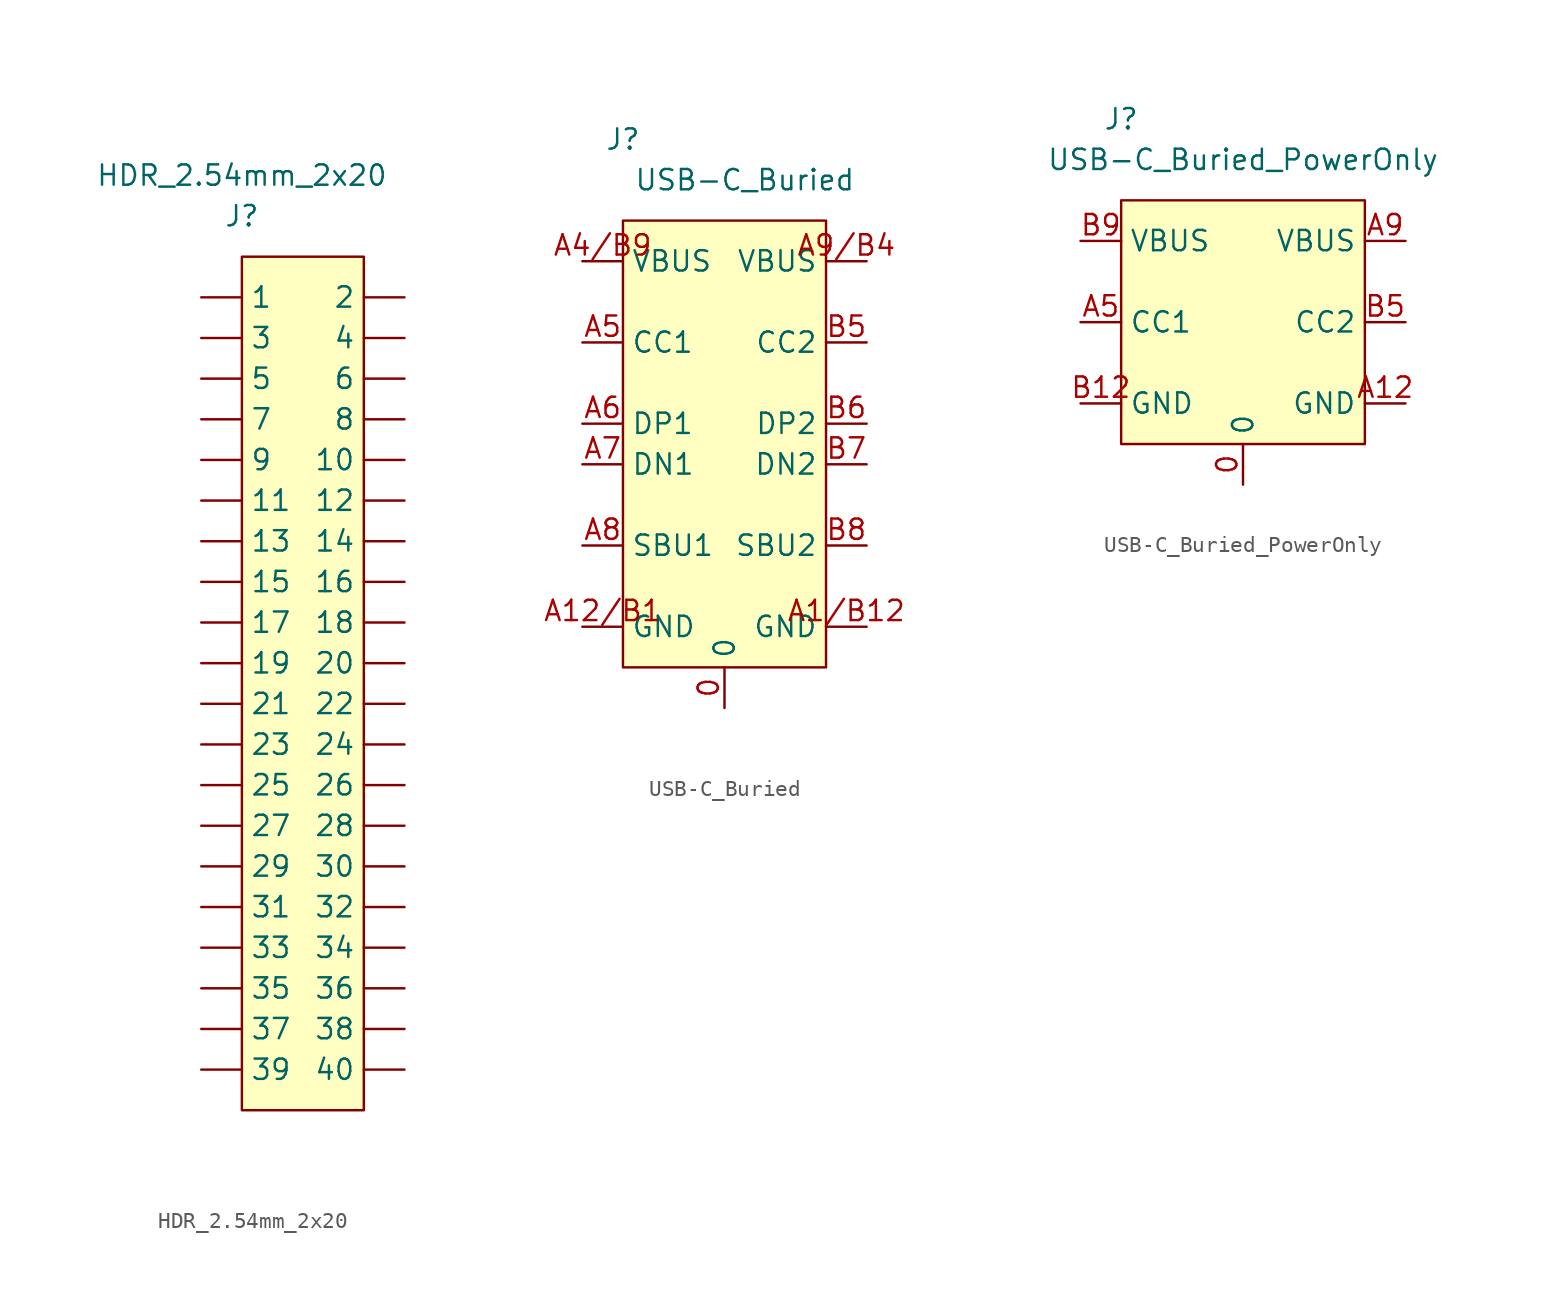
<source format=kicad_sym>
(kicad_symbol_lib
  (version 20211014)
  (generator kicad_symbol_editor)
  (symbol "HDR_2.54mm_2x20"
    (pin_numbers hide)
    (property "Reference" "J"
      (at 0 2.54 0)
      (effects (font (size 1.27 1.27))))
    (property "Value" "HDR_2.54mm_2x20"
      (at 0 5.08 0)
      (effects (font (size 1.27 1.27))))
    (symbol "HDR_2.54mm_2x20_0_1"
      (rectangle (start 0 0) (end 7.62 -53.34) (stroke (width 0) (type default) (color 0 0 0 0)) (fill (type background))))
    (symbol "HDR_2.54mm_2x20_1_1"
      (pin bidirectional line (at -2.54 -2.54 0) (length 2.54) (name "1" (effects (font (size 1.27 1.27)))) (number "1" (effects (font (size 1.27 1.27)))))
      (pin bidirectional line (at 10.16 -12.7 180) (length 2.54) (name "10" (effects (font (size 1.27 1.27)))) (number "10" (effects (font (size 1.27 1.27)))))
      (pin bidirectional line (at -2.54 -15.24 0) (length 2.54) (name "11" (effects (font (size 1.27 1.27)))) (number "11" (effects (font (size 1.27 1.27)))))
      (pin bidirectional line (at 10.16 -15.24 180) (length 2.54) (name "12" (effects (font (size 1.27 1.27)))) (number "12" (effects (font (size 1.27 1.27)))))
      (pin bidirectional line (at -2.54 -17.78 0) (length 2.54) (name "13" (effects (font (size 1.27 1.27)))) (number "13" (effects (font (size 1.27 1.27)))))
      (pin bidirectional line (at 10.16 -17.78 180) (length 2.54) (name "14" (effects (font (size 1.27 1.27)))) (number "14" (effects (font (size 1.27 1.27)))))
      (pin bidirectional line (at -2.54 -20.32 0) (length 2.54) (name "15" (effects (font (size 1.27 1.27)))) (number "15" (effects (font (size 1.27 1.27)))))
      (pin bidirectional line (at 10.16 -20.32 180) (length 2.54) (name "16" (effects (font (size 1.27 1.27)))) (number "16" (effects (font (size 1.27 1.27)))))
      (pin bidirectional line (at -2.54 -22.86 0) (length 2.54) (name "17" (effects (font (size 1.27 1.27)))) (number "17" (effects (font (size 1.27 1.27)))))
      (pin bidirectional line (at 10.16 -22.86 180) (length 2.54) (name "18" (effects (font (size 1.27 1.27)))) (number "18" (effects (font (size 1.27 1.27)))))
      (pin bidirectional line (at -2.54 -25.4 0) (length 2.54) (name "19" (effects (font (size 1.27 1.27)))) (number "19" (effects (font (size 1.27 1.27)))))
      (pin bidirectional line (at 10.16 -2.54 180) (length 2.54) (name "2" (effects (font (size 1.27 1.27)))) (number "2" (effects (font (size 1.27 1.27)))))
      (pin bidirectional line (at 10.16 -25.4 180) (length 2.54) (name "20" (effects (font (size 1.27 1.27)))) (number "20" (effects (font (size 1.27 1.27)))))
      (pin bidirectional line (at -2.54 -27.94 0) (length 2.54) (name "21" (effects (font (size 1.27 1.27)))) (number "21" (effects (font (size 1.27 1.27)))))
      (pin bidirectional line (at 10.16 -27.94 180) (length 2.54) (name "22" (effects (font (size 1.27 1.27)))) (number "22" (effects (font (size 1.27 1.27)))))
      (pin bidirectional line (at -2.54 -30.48 0) (length 2.54) (name "23" (effects (font (size 1.27 1.27)))) (number "23" (effects (font (size 1.27 1.27)))))
      (pin bidirectional line (at 10.16 -30.48 180) (length 2.54) (name "24" (effects (font (size 1.27 1.27)))) (number "24" (effects (font (size 1.27 1.27)))))
      (pin bidirectional line (at -2.54 -33.02 0) (length 2.54) (name "25" (effects (font (size 1.27 1.27)))) (number "25" (effects (font (size 1.27 1.27)))))
      (pin bidirectional line (at 10.16 -33.02 180) (length 2.54) (name "26" (effects (font (size 1.27 1.27)))) (number "26" (effects (font (size 1.27 1.27)))))
      (pin bidirectional line (at -2.54 -35.56 0) (length 2.54) (name "27" (effects (font (size 1.27 1.27)))) (number "27" (effects (font (size 1.27 1.27)))))
      (pin bidirectional line (at 10.16 -35.56 180) (length 2.54) (name "28" (effects (font (size 1.27 1.27)))) (number "28" (effects (font (size 1.27 1.27)))))
      (pin bidirectional line (at -2.54 -38.1 0) (length 2.54) (name "29" (effects (font (size 1.27 1.27)))) (number "29" (effects (font (size 1.27 1.27)))))
      (pin bidirectional line (at -2.54 -5.08 0) (length 2.54) (name "3" (effects (font (size 1.27 1.27)))) (number "3" (effects (font (size 1.27 1.27)))))
      (pin bidirectional line (at 10.16 -38.1 180) (length 2.54) (name "30" (effects (font (size 1.27 1.27)))) (number "30" (effects (font (size 1.27 1.27)))))
      (pin bidirectional line (at -2.54 -40.64 0) (length 2.54) (name "31" (effects (font (size 1.27 1.27)))) (number "31" (effects (font (size 1.27 1.27)))))
      (pin bidirectional line (at 10.16 -40.64 180) (length 2.54) (name "32" (effects (font (size 1.27 1.27)))) (number "32" (effects (font (size 1.27 1.27)))))
      (pin bidirectional line (at -2.54 -43.18 0) (length 2.54) (name "33" (effects (font (size 1.27 1.27)))) (number "33" (effects (font (size 1.27 1.27)))))
      (pin bidirectional line (at 10.16 -43.18 180) (length 2.54) (name "34" (effects (font (size 1.27 1.27)))) (number "34" (effects (font (size 1.27 1.27)))))
      (pin bidirectional line (at -2.54 -45.72 0) (length 2.54) (name "35" (effects (font (size 1.27 1.27)))) (number "35" (effects (font (size 1.27 1.27)))))
      (pin bidirectional line (at 10.16 -45.72 180) (length 2.54) (name "36" (effects (font (size 1.27 1.27)))) (number "36" (effects (font (size 1.27 1.27)))))
      (pin bidirectional line (at -2.54 -48.26 0) (length 2.54) (name "37" (effects (font (size 1.27 1.27)))) (number "37" (effects (font (size 1.27 1.27)))))
      (pin bidirectional line (at 10.16 -48.26 180) (length 2.54) (name "38" (effects (font (size 1.27 1.27)))) (number "38" (effects (font (size 1.27 1.27)))))
      (pin bidirectional line (at -2.54 -50.8 0) (length 2.54) (name "39" (effects (font (size 1.27 1.27)))) (number "39" (effects (font (size 1.27 1.27)))))
      (pin bidirectional line (at 10.16 -5.08 180) (length 2.54) (name "4" (effects (font (size 1.27 1.27)))) (number "4" (effects (font (size 1.27 1.27)))))
      (pin bidirectional line (at 10.16 -50.8 180) (length 2.54) (name "40" (effects (font (size 1.27 1.27)))) (number "40" (effects (font (size 1.27 1.27)))))
      (pin bidirectional line (at -2.54 -7.62 0) (length 2.54) (name "5" (effects (font (size 1.27 1.27)))) (number "5" (effects (font (size 1.27 1.27)))))
      (pin bidirectional line (at 10.16 -7.62 180) (length 2.54) (name "6" (effects (font (size 1.27 1.27)))) (number "6" (effects (font (size 1.27 1.27)))))
      (pin bidirectional line (at -2.54 -10.16 0) (length 2.54) (name "7" (effects (font (size 1.27 1.27)))) (number "7" (effects (font (size 1.27 1.27)))))
      (pin bidirectional line (at 10.16 -10.16 180) (length 2.54) (name "8" (effects (font (size 1.27 1.27)))) (number "8" (effects (font (size 1.27 1.27)))))
      (pin bidirectional line (at -2.54 -12.7 0) (length 2.54) (name "9" (effects (font (size 1.27 1.27)))) (number "9" (effects (font (size 1.27 1.27)))))))
  (symbol "USB-C_Buried"
    (property "Reference" "J"
      (at 0 5.08 0)
      (effects (font (size 1.27 1.27))))
    (property "Value" "USB-C_Buried"
      (at 7.62 2.54 0)
      (effects (font (size 1.27 1.27))))
    (symbol "USB-C_Buried_0_1"
      (rectangle (start 0 0) (end 12.7 -27.94) (stroke (width 0) (type default) (color 0 0 0 0)) (fill (type background))))
    (symbol "USB-C_Buried_1_1"
      (pin power_in line (at 6.35 -30.48 90) (length 2.54) (name "0" (effects (font (size 1.27 1.27)))) (number "0" (effects (font (size 1.27 1.27)))))
      (pin power_out line (at 15.24 -25.4 180) (length 2.54) (name "GND" (effects (font (size 1.27 1.27)))) (number "A1/B12" (effects (font (size 1.27 1.27)))))
      (pin power_out line (at -2.54 -25.4 0) (length 2.54) (name "GND" (effects (font (size 1.27 1.27)))) (number "A12/B1" (effects (font (size 1.27 1.27)))))
      (pin power_out line (at -2.54 -2.54 0) (length 2.54) (name "VBUS" (effects (font (size 1.27 1.27)))) (number "A4/B9" (effects (font (size 1.27 1.27)))))
      (pin bidirectional line (at -2.54 -7.62 0) (length 2.54) (name "CC1" (effects (font (size 1.27 1.27)))) (number "A5" (effects (font (size 1.27 1.27)))))
      (pin bidirectional line (at -2.54 -12.7 0) (length 2.54) (name "DP1" (effects (font (size 1.27 1.27)))) (number "A6" (effects (font (size 1.27 1.27)))))
      (pin bidirectional line (at -2.54 -15.24 0) (length 2.54) (name "DN1" (effects (font (size 1.27 1.27)))) (number "A7" (effects (font (size 1.27 1.27)))))
      (pin bidirectional line (at -2.54 -20.32 0) (length 2.54) (name "SBU1" (effects (font (size 1.27 1.27)))) (number "A8" (effects (font (size 1.27 1.27)))))
      (pin power_out line (at 15.24 -2.54 180) (length 2.54) (name "VBUS" (effects (font (size 1.27 1.27)))) (number "A9/B4" (effects (font (size 1.27 1.27)))))
      (pin bidirectional line (at 15.24 -7.62 180) (length 2.54) (name "CC2" (effects (font (size 1.27 1.27)))) (number "B5" (effects (font (size 1.27 1.27)))))
      (pin bidirectional line (at 15.24 -12.7 180) (length 2.54) (name "DP2" (effects (font (size 1.27 1.27)))) (number "B6" (effects (font (size 1.27 1.27)))))
      (pin bidirectional line (at 15.24 -15.24 180) (length 2.54) (name "DN2" (effects (font (size 1.27 1.27)))) (number "B7" (effects (font (size 1.27 1.27)))))
      (pin bidirectional line (at 15.24 -20.32 180) (length 2.54) (name "SBU2" (effects (font (size 1.27 1.27)))) (number "B8" (effects (font (size 1.27 1.27)))))))
  (symbol "USB-C_Buried_PowerOnly"
    (property "Reference" "J"
      (at 0 5.08 0)
      (effects (font (size 1.27 1.27))))
    (property "Value" "USB-C_Buried_PowerOnly"
      (at 7.62 2.54 0)
      (effects (font (size 1.27 1.27))))
    (symbol "USB-C_Buried_PowerOnly_0_1"
      (rectangle (start 0 0) (end 15.24 -15.24) (stroke (width 0) (type default) (color 0 0 0 0)) (fill (type background))))
    (symbol "USB-C_Buried_PowerOnly_1_1"
      (pin power_in line (at 7.62 -17.78 90) (length 2.54) (name "0" (effects (font (size 1.27 1.27)))) (number "0" (effects (font (size 1.27 1.27)))))
      (pin power_out line (at 17.78 -12.7 180) (length 2.54) (name "GND" (effects (font (size 1.27 1.27)))) (number "A12" (effects (font (size 1.27 1.27)))))
      (pin bidirectional line (at -2.54 -7.62 0) (length 2.54) (name "CC1" (effects (font (size 1.27 1.27)))) (number "A5" (effects (font (size 1.27 1.27)))))
      (pin power_out line (at 17.78 -2.54 180) (length 2.54) (name "VBUS" (effects (font (size 1.27 1.27)))) (number "A9" (effects (font (size 1.27 1.27)))))
      (pin power_out line (at -2.54 -12.7 0) (length 2.54) (name "GND" (effects (font (size 1.27 1.27)))) (number "B12" (effects (font (size 1.27 1.27)))))
      (pin bidirectional line (at 17.78 -7.62 180) (length 2.54) (name "CC2" (effects (font (size 1.27 1.27)))) (number "B5" (effects (font (size 1.27 1.27)))))
      (pin power_out line (at -2.54 -2.54 0) (length 2.54) (name "VBUS" (effects (font (size 1.27 1.27)))) (number "B9" (effects (font (size 1.27 1.27))))))))
</source>
